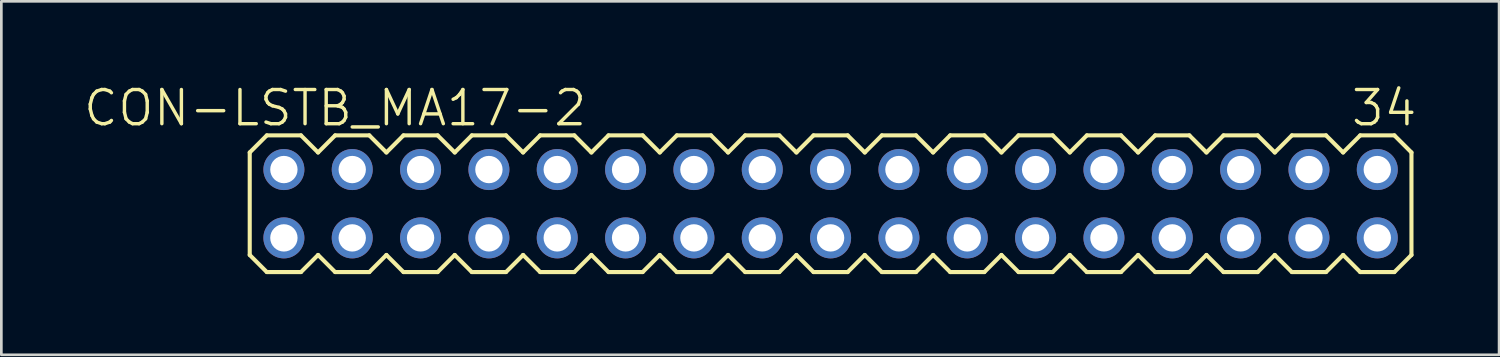
<source format=kicad_pcb>
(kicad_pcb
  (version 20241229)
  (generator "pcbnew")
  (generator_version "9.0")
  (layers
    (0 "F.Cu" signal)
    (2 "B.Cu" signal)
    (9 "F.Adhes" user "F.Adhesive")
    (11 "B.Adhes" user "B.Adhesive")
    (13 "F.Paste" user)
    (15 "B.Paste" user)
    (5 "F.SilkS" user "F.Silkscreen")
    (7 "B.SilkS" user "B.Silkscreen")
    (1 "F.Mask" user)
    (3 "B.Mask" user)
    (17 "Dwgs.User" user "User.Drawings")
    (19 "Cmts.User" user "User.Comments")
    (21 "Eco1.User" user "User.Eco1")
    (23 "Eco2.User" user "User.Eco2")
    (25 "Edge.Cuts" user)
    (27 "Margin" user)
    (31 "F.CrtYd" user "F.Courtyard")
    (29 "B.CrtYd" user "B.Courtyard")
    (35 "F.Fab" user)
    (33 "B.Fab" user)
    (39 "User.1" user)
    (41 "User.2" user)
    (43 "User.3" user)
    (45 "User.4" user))
  (footprint "CON-LSTB_MA17-2"
    (layer "F.Cu")
    (at 27.822 4.522)
    (property "Reference" "CON-LSTB_MA17-2" (at -18.415 -3.556 0) (layer "F.SilkS") (effects (font (size 1.27 1.27) (thickness 0.127))))
    (attr exclude_from_pos_files exclude_from_bom)
    (fp_line (start -21.59 -1.905) (end -21.59 1.905) (stroke (width 0.152) (type solid)) (layer "F.SilkS"))
    (fp_line (start -21.59 1.905) (end -20.955 2.54) (stroke (width 0.152) (type solid)) (layer "F.SilkS"))
    (fp_line (start -20.955 -2.54) (end -21.59 -1.905) (stroke (width 0.152) (type solid)) (layer "F.SilkS"))
    (fp_line (start -20.955 -2.54) (end -19.685 -2.54) (stroke (width 0.152) (type solid)) (layer "F.SilkS"))
    (fp_line (start -19.685 -2.54) (end -19.05 -1.905) (stroke (width 0.152) (type solid)) (layer "F.SilkS"))
    (fp_line (start -19.685 2.54) (end -20.955 2.54) (stroke (width 0.152) (type solid)) (layer "F.SilkS"))
    (fp_line (start -19.05 -1.905) (end -18.415 -2.54) (stroke (width 0.152) (type solid)) (layer "F.SilkS"))
    (fp_line (start -19.05 1.905) (end -19.685 2.54) (stroke (width 0.152) (type solid)) (layer "F.SilkS"))
    (fp_line (start -18.415 -2.54) (end -17.145 -2.54) (stroke (width 0.152) (type solid)) (layer "F.SilkS"))
    (fp_line (start -18.415 2.54) (end -19.05 1.905) (stroke (width 0.152) (type solid)) (layer "F.SilkS"))
    (fp_line (start -17.145 -2.54) (end -16.51 -1.905) (stroke (width 0.152) (type solid)) (layer "F.SilkS"))
    (fp_line (start -17.145 2.54) (end -18.415 2.54) (stroke (width 0.152) (type solid)) (layer "F.SilkS"))
    (fp_line (start -16.51 -1.905) (end -15.875 -2.54) (stroke (width 0.152) (type solid)) (layer "F.SilkS"))
    (fp_line (start -16.51 1.905) (end -17.145 2.54) (stroke (width 0.152) (type solid)) (layer "F.SilkS"))
    (fp_line (start -15.875 -2.54) (end -14.605 -2.54) (stroke (width 0.152) (type solid)) (layer "F.SilkS"))
    (fp_line (start -15.875 2.54) (end -16.51 1.905) (stroke (width 0.152) (type solid)) (layer "F.SilkS"))
    (fp_line (start -14.605 -2.54) (end -13.97 -1.905) (stroke (width 0.152) (type solid)) (layer "F.SilkS"))
    (fp_line (start -14.605 2.54) (end -15.875 2.54) (stroke (width 0.152) (type solid)) (layer "F.SilkS"))
    (fp_line (start -13.97 1.905) (end -14.605 2.54) (stroke (width 0.152) (type solid)) (layer "F.SilkS"))
    (fp_line (start -13.97 1.905) (end -13.335 2.54) (stroke (width 0.152) (type solid)) (layer "F.SilkS"))
    (fp_line (start -13.335 -2.54) (end -13.97 -1.905) (stroke (width 0.152) (type solid)) (layer "F.SilkS"))
    (fp_line (start -13.335 -2.54) (end -12.065 -2.54) (stroke (width 0.152) (type solid)) (layer "F.SilkS"))
    (fp_line (start -12.065 -2.54) (end -11.43 -1.905) (stroke (width 0.152) (type solid)) (layer "F.SilkS"))
    (fp_line (start -12.065 2.54) (end -13.335 2.54) (stroke (width 0.152) (type solid)) (layer "F.SilkS"))
    (fp_line (start -11.43 -1.905) (end -10.795 -2.54) (stroke (width 0.152) (type solid)) (layer "F.SilkS"))
    (fp_line (start -11.43 1.905) (end -12.065 2.54) (stroke (width 0.152) (type solid)) (layer "F.SilkS"))
    (fp_line (start -10.795 -2.54) (end -9.525 -2.54) (stroke (width 0.152) (type solid)) (layer "F.SilkS"))
    (fp_line (start -10.795 2.54) (end -11.43 1.905) (stroke (width 0.152) (type solid)) (layer "F.SilkS"))
    (fp_line (start -9.525 -2.54) (end -8.89 -1.905) (stroke (width 0.152) (type solid)) (layer "F.SilkS"))
    (fp_line (start -9.525 2.54) (end -10.795 2.54) (stroke (width 0.152) (type solid)) (layer "F.SilkS"))
    (fp_line (start -8.89 -1.905) (end -8.255 -2.54) (stroke (width 0.152) (type solid)) (layer "F.SilkS"))
    (fp_line (start -8.89 1.905) (end -9.525 2.54) (stroke (width 0.152) (type solid)) (layer "F.SilkS"))
    (fp_line (start -8.255 -2.54) (end -6.985 -2.54) (stroke (width 0.152) (type solid)) (layer "F.SilkS"))
    (fp_line (start -8.255 2.54) (end -8.89 1.905) (stroke (width 0.152) (type solid)) (layer "F.SilkS"))
    (fp_line (start -6.985 -2.54) (end -6.35 -1.905) (stroke (width 0.152) (type solid)) (layer "F.SilkS"))
    (fp_line (start -6.985 2.54) (end -8.255 2.54) (stroke (width 0.152) (type solid)) (layer "F.SilkS"))
    (fp_line (start -6.35 -1.905) (end -5.715 -2.54) (stroke (width 0.152) (type solid)) (layer "F.SilkS"))
    (fp_line (start -6.35 1.905) (end -6.985 2.54) (stroke (width 0.152) (type solid)) (layer "F.SilkS"))
    (fp_line (start -5.715 -2.54) (end -4.445 -2.54) (stroke (width 0.152) (type solid)) (layer "F.SilkS"))
    (fp_line (start -5.715 2.54) (end -6.35 1.905) (stroke (width 0.152) (type solid)) (layer "F.SilkS"))
    (fp_line (start -4.445 -2.54) (end -3.81 -1.905) (stroke (width 0.152) (type solid)) (layer "F.SilkS"))
    (fp_line (start -4.445 2.54) (end -5.715 2.54) (stroke (width 0.152) (type solid)) (layer "F.SilkS"))
    (fp_line (start -3.81 1.905) (end -4.445 2.54) (stroke (width 0.152) (type solid)) (layer "F.SilkS"))
    (fp_line (start -3.81 1.905) (end -3.175 2.54) (stroke (width 0.152) (type solid)) (layer "F.SilkS"))
    (fp_line (start -3.175 -2.54) (end -3.81 -1.905) (stroke (width 0.152) (type solid)) (layer "F.SilkS"))
    (fp_line (start -3.175 -2.54) (end -1.905 -2.54) (stroke (width 0.152) (type solid)) (layer "F.SilkS"))
    (fp_line (start -1.905 -2.54) (end -1.27 -1.905) (stroke (width 0.152) (type solid)) (layer "F.SilkS"))
    (fp_line (start -1.905 2.54) (end -3.175 2.54) (stroke (width 0.152) (type solid)) (layer "F.SilkS"))
    (fp_line (start -1.27 -1.905) (end -0.635 -2.54) (stroke (width 0.152) (type solid)) (layer "F.SilkS"))
    (fp_line (start -1.27 1.905) (end -1.905 2.54) (stroke (width 0.152) (type solid)) (layer "F.SilkS"))
    (fp_line (start -0.635 -2.54) (end 0.635 -2.54) (stroke (width 0.152) (type solid)) (layer "F.SilkS"))
    (fp_line (start -0.635 2.54) (end -1.27 1.905) (stroke (width 0.152) (type solid)) (layer "F.SilkS"))
    (fp_line (start 0.635 -2.54) (end 1.27 -1.905) (stroke (width 0.152) (type solid)) (layer "F.SilkS"))
    (fp_line (start 0.635 2.54) (end -0.635 2.54) (stroke (width 0.152) (type solid)) (layer "F.SilkS"))
    (fp_line (start 1.27 -1.905) (end 1.905 -2.54) (stroke (width 0.152) (type solid)) (layer "F.SilkS"))
    (fp_line (start 1.27 1.905) (end 0.635 2.54) (stroke (width 0.152) (type solid)) (layer "F.SilkS"))
    (fp_line (start 1.905 -2.54) (end 3.175 -2.54) (stroke (width 0.152) (type solid)) (layer "F.SilkS"))
    (fp_line (start 1.905 2.54) (end 1.27 1.905) (stroke (width 0.152) (type solid)) (layer "F.SilkS"))
    (fp_line (start 3.175 -2.54) (end 3.81 -1.905) (stroke (width 0.152) (type solid)) (layer "F.SilkS"))
    (fp_line (start 3.175 2.54) (end 1.905 2.54) (stroke (width 0.152) (type solid)) (layer "F.SilkS"))
    (fp_line (start 3.81 1.905) (end 3.175 2.54) (stroke (width 0.152) (type solid)) (layer "F.SilkS"))
    (fp_line (start 3.81 1.905) (end 4.445 2.54) (stroke (width 0.152) (type solid)) (layer "F.SilkS"))
    (fp_line (start 4.445 -2.54) (end 3.81 -1.905) (stroke (width 0.152) (type solid)) (layer "F.SilkS"))
    (fp_line (start 4.445 -2.54) (end 5.715 -2.54) (stroke (width 0.152) (type solid)) (layer "F.SilkS"))
    (fp_line (start 5.715 -2.54) (end 6.35 -1.905) (stroke (width 0.152) (type solid)) (layer "F.SilkS"))
    (fp_line (start 5.715 2.54) (end 4.445 2.54) (stroke (width 0.152) (type solid)) (layer "F.SilkS"))
    (fp_line (start 6.35 -1.905) (end 6.985 -2.54) (stroke (width 0.152) (type solid)) (layer "F.SilkS"))
    (fp_line (start 6.35 1.905) (end 5.715 2.54) (stroke (width 0.152) (type solid)) (layer "F.SilkS"))
    (fp_line (start 6.985 -2.54) (end 8.255 -2.54) (stroke (width 0.152) (type solid)) (layer "F.SilkS"))
    (fp_line (start 6.985 2.54) (end 6.35 1.905) (stroke (width 0.152) (type solid)) (layer "F.SilkS"))
    (fp_line (start 8.255 -2.54) (end 8.89 -1.905) (stroke (width 0.152) (type solid)) (layer "F.SilkS"))
    (fp_line (start 8.255 2.54) (end 6.985 2.54) (stroke (width 0.152) (type solid)) (layer "F.SilkS"))
    (fp_line (start 8.89 -1.905) (end 9.525 -2.54) (stroke (width 0.152) (type solid)) (layer "F.SilkS"))
    (fp_line (start 8.89 1.905) (end 8.255 2.54) (stroke (width 0.152) (type solid)) (layer "F.SilkS"))
    (fp_line (start 9.525 -2.54) (end 10.795 -2.54) (stroke (width 0.152) (type solid)) (layer "F.SilkS"))
    (fp_line (start 9.525 2.54) (end 8.89 1.905) (stroke (width 0.152) (type solid)) (layer "F.SilkS"))
    (fp_line (start 10.795 -2.54) (end 11.43 -1.905) (stroke (width 0.152) (type solid)) (layer "F.SilkS"))
    (fp_line (start 10.795 2.54) (end 9.525 2.54) (stroke (width 0.152) (type solid)) (layer "F.SilkS"))
    (fp_line (start 11.43 -1.905) (end 12.065 -2.54) (stroke (width 0.152) (type solid)) (layer "F.SilkS"))
    (fp_line (start 11.43 1.905) (end 10.795 2.54) (stroke (width 0.152) (type solid)) (layer "F.SilkS"))
    (fp_line (start 12.065 -2.54) (end 13.335 -2.54) (stroke (width 0.152) (type solid)) (layer "F.SilkS"))
    (fp_line (start 12.065 2.54) (end 11.43 1.905) (stroke (width 0.152) (type solid)) (layer "F.SilkS"))
    (fp_line (start 13.335 -2.54) (end 13.97 -1.905) (stroke (width 0.152) (type solid)) (layer "F.SilkS"))
    (fp_line (start 13.335 2.54) (end 12.065 2.54) (stroke (width 0.152) (type solid)) (layer "F.SilkS"))
    (fp_line (start 13.97 1.905) (end 13.335 2.54) (stroke (width 0.152) (type solid)) (layer "F.SilkS"))
    (fp_line (start 13.97 1.905) (end 14.605 2.54) (stroke (width 0.152) (type solid)) (layer "F.SilkS"))
    (fp_line (start 14.605 -2.54) (end 13.97 -1.905) (stroke (width 0.152) (type solid)) (layer "F.SilkS"))
    (fp_line (start 14.605 -2.54) (end 15.875 -2.54) (stroke (width 0.152) (type solid)) (layer "F.SilkS"))
    (fp_line (start 15.875 -2.54) (end 16.51 -1.905) (stroke (width 0.152) (type solid)) (layer "F.SilkS"))
    (fp_line (start 15.875 2.54) (end 14.605 2.54) (stroke (width 0.152) (type solid)) (layer "F.SilkS"))
    (fp_line (start 16.51 -1.905) (end 17.145 -2.54) (stroke (width 0.152) (type solid)) (layer "F.SilkS"))
    (fp_line (start 16.51 1.905) (end 15.875 2.54) (stroke (width 0.152) (type solid)) (layer "F.SilkS"))
    (fp_line (start 17.145 -2.54) (end 18.415 -2.54) (stroke (width 0.152) (type solid)) (layer "F.SilkS"))
    (fp_line (start 17.145 2.54) (end 16.51 1.905) (stroke (width 0.152) (type solid)) (layer "F.SilkS"))
    (fp_line (start 18.415 -2.54) (end 19.05 -1.905) (stroke (width 0.152) (type solid)) (layer "F.SilkS"))
    (fp_line (start 18.415 2.54) (end 17.145 2.54) (stroke (width 0.152) (type solid)) (layer "F.SilkS"))
    (fp_line (start 19.05 -1.905) (end 19.685 -2.54) (stroke (width 0.152) (type solid)) (layer "F.SilkS"))
    (fp_line (start 19.05 1.905) (end 18.415 2.54) (stroke (width 0.152) (type solid)) (layer "F.SilkS"))
    (fp_line (start 19.685 -2.54) (end 20.955 -2.54) (stroke (width 0.152) (type solid)) (layer "F.SilkS"))
    (fp_line (start 19.685 2.54) (end 19.05 1.905) (stroke (width 0.152) (type solid)) (layer "F.SilkS"))
    (fp_line (start 20.955 -2.54) (end 21.59 -1.905) (stroke (width 0.152) (type solid)) (layer "F.SilkS"))
    (fp_line (start 20.955 2.54) (end 19.685 2.54) (stroke (width 0.152) (type solid)) (layer "F.SilkS"))
    (fp_line (start 21.59 -1.905) (end 21.59 1.905) (stroke (width 0.152) (type solid)) (layer "F.SilkS"))
    (fp_line (start 21.59 1.905) (end 20.955 2.54) (stroke (width 0.152) (type solid)) (layer "F.SilkS"))
    (fp_line (start -20.574 -1.524) (end -20.066 -1.524) (stroke (width 0.066) (type solid)) (layer "Dwgs.User"))
    (fp_line (start -20.574 -1.016) (end -20.574 -1.524) (stroke (width 0.066) (type solid)) (layer "Dwgs.User"))
    (fp_line (start -20.574 -1.016) (end -20.066 -1.016) (stroke (width 0.066) (type solid)) (layer "Dwgs.User"))
    (fp_line (start -20.574 1.016) (end -20.066 1.016) (stroke (width 0.066) (type solid)) (layer "Dwgs.User"))
    (fp_line (start -20.574 1.524) (end -20.574 1.016) (stroke (width 0.066) (type solid)) (layer "Dwgs.User"))
    (fp_line (start -20.574 1.524) (end -20.066 1.524) (stroke (width 0.066) (type solid)) (layer "Dwgs.User"))
    (fp_line (start -20.066 -1.016) (end -20.066 -1.524) (stroke (width 0.066) (type solid)) (layer "Dwgs.User"))
    (fp_line (start -20.066 1.524) (end -20.066 1.016) (stroke (width 0.066) (type solid)) (layer "Dwgs.User"))
    (fp_line (start -18.034 -1.524) (end -17.523 -1.524) (stroke (width 0.066) (type solid)) (layer "Dwgs.User"))
    (fp_line (start -18.034 -1.016) (end -18.034 -1.524) (stroke (width 0.066) (type solid)) (layer "Dwgs.User"))
    (fp_line (start -18.034 -1.016) (end -17.523 -1.016) (stroke (width 0.066) (type solid)) (layer "Dwgs.User"))
    (fp_line (start -18.034 1.016) (end -17.523 1.016) (stroke (width 0.066) (type solid)) (layer "Dwgs.User"))
    (fp_line (start -18.034 1.524) (end -18.034 1.016) (stroke (width 0.066) (type solid)) (layer "Dwgs.User"))
    (fp_line (start -18.034 1.524) (end -17.523 1.524) (stroke (width 0.066) (type solid)) (layer "Dwgs.User"))
    (fp_line (start -17.523 -1.016) (end -17.523 -1.524) (stroke (width 0.066) (type solid)) (layer "Dwgs.User"))
    (fp_line (start -17.523 1.524) (end -17.523 1.016) (stroke (width 0.066) (type solid)) (layer "Dwgs.User"))
    (fp_line (start -15.494 -1.524) (end -14.986 -1.524) (stroke (width 0.066) (type solid)) (layer "Dwgs.User"))
    (fp_line (start -15.494 -1.016) (end -15.494 -1.524) (stroke (width 0.066) (type solid)) (layer "Dwgs.User"))
    (fp_line (start -15.494 -1.016) (end -14.986 -1.016) (stroke (width 0.066) (type solid)) (layer "Dwgs.User"))
    (fp_line (start -15.494 1.016) (end -14.986 1.016) (stroke (width 0.066) (type solid)) (layer "Dwgs.User"))
    (fp_line (start -15.494 1.524) (end -15.494 1.016) (stroke (width 0.066) (type solid)) (layer "Dwgs.User"))
    (fp_line (start -15.494 1.524) (end -14.986 1.524) (stroke (width 0.066) (type solid)) (layer "Dwgs.User"))
    (fp_line (start -14.986 -1.016) (end -14.986 -1.524) (stroke (width 0.066) (type solid)) (layer "Dwgs.User"))
    (fp_line (start -14.986 1.524) (end -14.986 1.016) (stroke (width 0.066) (type solid)) (layer "Dwgs.User"))
    (fp_line (start -12.954 -1.524) (end -12.446 -1.524) (stroke (width 0.066) (type solid)) (layer "Dwgs.User"))
    (fp_line (start -12.954 -1.016) (end -12.954 -1.524) (stroke (width 0.066) (type solid)) (layer "Dwgs.User"))
    (fp_line (start -12.954 -1.016) (end -12.446 -1.016) (stroke (width 0.066) (type solid)) (layer "Dwgs.User"))
    (fp_line (start -12.954 1.016) (end -12.446 1.016) (stroke (width 0.066) (type solid)) (layer "Dwgs.User"))
    (fp_line (start -12.954 1.524) (end -12.954 1.016) (stroke (width 0.066) (type solid)) (layer "Dwgs.User"))
    (fp_line (start -12.954 1.524) (end -12.446 1.524) (stroke (width 0.066) (type solid)) (layer "Dwgs.User"))
    (fp_line (start -12.446 -1.016) (end -12.446 -1.524) (stroke (width 0.066) (type solid)) (layer "Dwgs.User"))
    (fp_line (start -12.446 1.524) (end -12.446 1.016) (stroke (width 0.066) (type solid)) (layer "Dwgs.User"))
    (fp_line (start -10.414 -1.524) (end -9.906 -1.524) (stroke (width 0.066) (type solid)) (layer "Dwgs.User"))
    (fp_line (start -10.414 -1.016) (end -10.414 -1.524) (stroke (width 0.066) (type solid)) (layer "Dwgs.User"))
    (fp_line (start -10.414 -1.016) (end -9.906 -1.016) (stroke (width 0.066) (type solid)) (layer "Dwgs.User"))
    (fp_line (start -10.414 1.016) (end -9.906 1.016) (stroke (width 0.066) (type solid)) (layer "Dwgs.User"))
    (fp_line (start -10.414 1.524) (end -10.414 1.016) (stroke (width 0.066) (type solid)) (layer "Dwgs.User"))
    (fp_line (start -10.414 1.524) (end -9.906 1.524) (stroke (width 0.066) (type solid)) (layer "Dwgs.User"))
    (fp_line (start -9.906 -1.016) (end -9.906 -1.524) (stroke (width 0.066) (type solid)) (layer "Dwgs.User"))
    (fp_line (start -9.906 1.524) (end -9.906 1.016) (stroke (width 0.066) (type solid)) (layer "Dwgs.User"))
    (fp_line (start -7.874 -1.524) (end -7.366 -1.524) (stroke (width 0.066) (type solid)) (layer "Dwgs.User"))
    (fp_line (start -7.874 -1.016) (end -7.874 -1.524) (stroke (width 0.066) (type solid)) (layer "Dwgs.User"))
    (fp_line (start -7.874 -1.016) (end -7.366 -1.016) (stroke (width 0.066) (type solid)) (layer "Dwgs.User"))
    (fp_line (start -7.874 1.016) (end -7.366 1.016) (stroke (width 0.066) (type solid)) (layer "Dwgs.User"))
    (fp_line (start -7.874 1.524) (end -7.874 1.016) (stroke (width 0.066) (type solid)) (layer "Dwgs.User"))
    (fp_line (start -7.874 1.524) (end -7.366 1.524) (stroke (width 0.066) (type solid)) (layer "Dwgs.User"))
    (fp_line (start -7.366 -1.016) (end -7.366 -1.524) (stroke (width 0.066) (type solid)) (layer "Dwgs.User"))
    (fp_line (start -7.366 1.524) (end -7.366 1.016) (stroke (width 0.066) (type solid)) (layer "Dwgs.User"))
    (fp_line (start -5.334 -1.524) (end -4.826 -1.524) (stroke (width 0.066) (type solid)) (layer "Dwgs.User"))
    (fp_line (start -5.334 -1.016) (end -5.334 -1.524) (stroke (width 0.066) (type solid)) (layer "Dwgs.User"))
    (fp_line (start -5.334 -1.016) (end -4.826 -1.016) (stroke (width 0.066) (type solid)) (layer "Dwgs.User"))
    (fp_line (start -5.334 1.016) (end -4.826 1.016) (stroke (width 0.066) (type solid)) (layer "Dwgs.User"))
    (fp_line (start -5.334 1.524) (end -5.334 1.016) (stroke (width 0.066) (type solid)) (layer "Dwgs.User"))
    (fp_line (start -5.334 1.524) (end -4.826 1.524) (stroke (width 0.066) (type solid)) (layer "Dwgs.User"))
    (fp_line (start -4.826 -1.016) (end -4.826 -1.524) (stroke (width 0.066) (type solid)) (layer "Dwgs.User"))
    (fp_line (start -4.826 1.524) (end -4.826 1.016) (stroke (width 0.066) (type solid)) (layer "Dwgs.User"))
    (fp_line (start -2.794 -1.524) (end -2.286 -1.524) (stroke (width 0.066) (type solid)) (layer "Dwgs.User"))
    (fp_line (start -2.794 -1.016) (end -2.794 -1.524) (stroke (width 0.066) (type solid)) (layer "Dwgs.User"))
    (fp_line (start -2.794 -1.016) (end -2.286 -1.016) (stroke (width 0.066) (type solid)) (layer "Dwgs.User"))
    (fp_line (start -2.794 1.016) (end -2.286 1.016) (stroke (width 0.066) (type solid)) (layer "Dwgs.User"))
    (fp_line (start -2.794 1.524) (end -2.794 1.016) (stroke (width 0.066) (type solid)) (layer "Dwgs.User"))
    (fp_line (start -2.794 1.524) (end -2.286 1.524) (stroke (width 0.066) (type solid)) (layer "Dwgs.User"))
    (fp_line (start -2.286 -1.016) (end -2.286 -1.524) (stroke (width 0.066) (type solid)) (layer "Dwgs.User"))
    (fp_line (start -2.286 1.524) (end -2.286 1.016) (stroke (width 0.066) (type solid)) (layer "Dwgs.User"))
    (fp_line (start -0.254 -1.524) (end 0.254 -1.524) (stroke (width 0.066) (type solid)) (layer "Dwgs.User"))
    (fp_line (start -0.254 -1.016) (end -0.254 -1.524) (stroke (width 0.066) (type solid)) (layer "Dwgs.User"))
    (fp_line (start -0.254 -1.016) (end 0.254 -1.016) (stroke (width 0.066) (type solid)) (layer "Dwgs.User"))
    (fp_line (start -0.254 1.016) (end 0.254 1.016) (stroke (width 0.066) (type solid)) (layer "Dwgs.User"))
    (fp_line (start -0.254 1.524) (end -0.254 1.016) (stroke (width 0.066) (type solid)) (layer "Dwgs.User"))
    (fp_line (start -0.254 1.524) (end 0.254 1.524) (stroke (width 0.066) (type solid)) (layer "Dwgs.User"))
    (fp_line (start 0.254 -1.016) (end 0.254 -1.524) (stroke (width 0.066) (type solid)) (layer "Dwgs.User"))
    (fp_line (start 0.254 1.524) (end 0.254 1.016) (stroke (width 0.066) (type solid)) (layer "Dwgs.User"))
    (fp_line (start 2.286 -1.524) (end 2.794 -1.524) (stroke (width 0.066) (type solid)) (layer "Dwgs.User"))
    (fp_line (start 2.286 -1.016) (end 2.286 -1.524) (stroke (width 0.066) (type solid)) (layer "Dwgs.User"))
    (fp_line (start 2.286 -1.016) (end 2.794 -1.016) (stroke (width 0.066) (type solid)) (layer "Dwgs.User"))
    (fp_line (start 2.286 1.016) (end 2.794 1.016) (stroke (width 0.066) (type solid)) (layer "Dwgs.User"))
    (fp_line (start 2.286 1.524) (end 2.286 1.016) (stroke (width 0.066) (type solid)) (layer "Dwgs.User"))
    (fp_line (start 2.286 1.524) (end 2.794 1.524) (stroke (width 0.066) (type solid)) (layer "Dwgs.User"))
    (fp_line (start 2.794 -1.016) (end 2.794 -1.524) (stroke (width 0.066) (type solid)) (layer "Dwgs.User"))
    (fp_line (start 2.794 1.524) (end 2.794 1.016) (stroke (width 0.066) (type solid)) (layer "Dwgs.User"))
    (fp_line (start 4.826 -1.524) (end 5.334 -1.524) (stroke (width 0.066) (type solid)) (layer "Dwgs.User"))
    (fp_line (start 4.826 -1.016) (end 4.826 -1.524) (stroke (width 0.066) (type solid)) (layer "Dwgs.User"))
    (fp_line (start 4.826 -1.016) (end 5.334 -1.016) (stroke (width 0.066) (type solid)) (layer "Dwgs.User"))
    (fp_line (start 4.826 1.016) (end 5.334 1.016) (stroke (width 0.066) (type solid)) (layer "Dwgs.User"))
    (fp_line (start 4.826 1.524) (end 4.826 1.016) (stroke (width 0.066) (type solid)) (layer "Dwgs.User"))
    (fp_line (start 4.826 1.524) (end 5.334 1.524) (stroke (width 0.066) (type solid)) (layer "Dwgs.User"))
    (fp_line (start 5.334 -1.016) (end 5.334 -1.524) (stroke (width 0.066) (type solid)) (layer "Dwgs.User"))
    (fp_line (start 5.334 1.524) (end 5.334 1.016) (stroke (width 0.066) (type solid)) (layer "Dwgs.User"))
    (fp_line (start 7.366 -1.524) (end 7.874 -1.524) (stroke (width 0.066) (type solid)) (layer "Dwgs.User"))
    (fp_line (start 7.366 -1.016) (end 7.366 -1.524) (stroke (width 0.066) (type solid)) (layer "Dwgs.User"))
    (fp_line (start 7.366 -1.016) (end 7.874 -1.016) (stroke (width 0.066) (type solid)) (layer "Dwgs.User"))
    (fp_line (start 7.366 1.016) (end 7.874 1.016) (stroke (width 0.066) (type solid)) (layer "Dwgs.User"))
    (fp_line (start 7.366 1.524) (end 7.366 1.016) (stroke (width 0.066) (type solid)) (layer "Dwgs.User"))
    (fp_line (start 7.366 1.524) (end 7.874 1.524) (stroke (width 0.066) (type solid)) (layer "Dwgs.User"))
    (fp_line (start 7.874 -1.016) (end 7.874 -1.524) (stroke (width 0.066) (type solid)) (layer "Dwgs.User"))
    (fp_line (start 7.874 1.524) (end 7.874 1.016) (stroke (width 0.066) (type solid)) (layer "Dwgs.User"))
    (fp_line (start 9.906 -1.524) (end 10.414 -1.524) (stroke (width 0.066) (type solid)) (layer "Dwgs.User"))
    (fp_line (start 9.906 -1.016) (end 9.906 -1.524) (stroke (width 0.066) (type solid)) (layer "Dwgs.User"))
    (fp_line (start 9.906 -1.016) (end 10.414 -1.016) (stroke (width 0.066) (type solid)) (layer "Dwgs.User"))
    (fp_line (start 9.906 1.016) (end 10.414 1.016) (stroke (width 0.066) (type solid)) (layer "Dwgs.User"))
    (fp_line (start 9.906 1.524) (end 9.906 1.016) (stroke (width 0.066) (type solid)) (layer "Dwgs.User"))
    (fp_line (start 9.906 1.524) (end 10.414 1.524) (stroke (width 0.066) (type solid)) (layer "Dwgs.User"))
    (fp_line (start 10.414 -1.016) (end 10.414 -1.524) (stroke (width 0.066) (type solid)) (layer "Dwgs.User"))
    (fp_line (start 10.414 1.524) (end 10.414 1.016) (stroke (width 0.066) (type solid)) (layer "Dwgs.User"))
    (fp_line (start 12.446 -1.524) (end 12.954 -1.524) (stroke (width 0.066) (type solid)) (layer "Dwgs.User"))
    (fp_line (start 12.446 -1.016) (end 12.446 -1.524) (stroke (width 0.066) (type solid)) (layer "Dwgs.User"))
    (fp_line (start 12.446 -1.016) (end 12.954 -1.016) (stroke (width 0.066) (type solid)) (layer "Dwgs.User"))
    (fp_line (start 12.446 1.016) (end 12.954 1.016) (stroke (width 0.066) (type solid)) (layer "Dwgs.User"))
    (fp_line (start 12.446 1.524) (end 12.446 1.016) (stroke (width 0.066) (type solid)) (layer "Dwgs.User"))
    (fp_line (start 12.446 1.524) (end 12.954 1.524) (stroke (width 0.066) (type solid)) (layer "Dwgs.User"))
    (fp_line (start 12.954 -1.016) (end 12.954 -1.524) (stroke (width 0.066) (type solid)) (layer "Dwgs.User"))
    (fp_line (start 12.954 1.524) (end 12.954 1.016) (stroke (width 0.066) (type solid)) (layer "Dwgs.User"))
    (fp_line (start 14.986 -1.524) (end 15.494 -1.524) (stroke (width 0.066) (type solid)) (layer "Dwgs.User"))
    (fp_line (start 14.986 -1.016) (end 14.986 -1.524) (stroke (width 0.066) (type solid)) (layer "Dwgs.User"))
    (fp_line (start 14.986 -1.016) (end 15.494 -1.016) (stroke (width 0.066) (type solid)) (layer "Dwgs.User"))
    (fp_line (start 14.986 1.016) (end 15.494 1.016) (stroke (width 0.066) (type solid)) (layer "Dwgs.User"))
    (fp_line (start 14.986 1.524) (end 14.986 1.016) (stroke (width 0.066) (type solid)) (layer "Dwgs.User"))
    (fp_line (start 14.986 1.524) (end 15.494 1.524) (stroke (width 0.066) (type solid)) (layer "Dwgs.User"))
    (fp_line (start 15.494 -1.016) (end 15.494 -1.524) (stroke (width 0.066) (type solid)) (layer "Dwgs.User"))
    (fp_line (start 15.494 1.524) (end 15.494 1.016) (stroke (width 0.066) (type solid)) (layer "Dwgs.User"))
    (fp_line (start 17.523 -1.524) (end 18.034 -1.524) (stroke (width 0.066) (type solid)) (layer "Dwgs.User"))
    (fp_line (start 17.523 -1.016) (end 17.523 -1.524) (stroke (width 0.066) (type solid)) (layer "Dwgs.User"))
    (fp_line (start 17.523 -1.016) (end 18.034 -1.016) (stroke (width 0.066) (type solid)) (layer "Dwgs.User"))
    (fp_line (start 17.523 1.016) (end 18.034 1.016) (stroke (width 0.066) (type solid)) (layer "Dwgs.User"))
    (fp_line (start 17.523 1.524) (end 17.523 1.016) (stroke (width 0.066) (type solid)) (layer "Dwgs.User"))
    (fp_line (start 17.523 1.524) (end 18.034 1.524) (stroke (width 0.066) (type solid)) (layer "Dwgs.User"))
    (fp_line (start 18.034 -1.016) (end 18.034 -1.524) (stroke (width 0.066) (type solid)) (layer "Dwgs.User"))
    (fp_line (start 18.034 1.524) (end 18.034 1.016) (stroke (width 0.066) (type solid)) (layer "Dwgs.User"))
    (fp_line (start 20.066 -1.524) (end 20.574 -1.524) (stroke (width 0.066) (type solid)) (layer "Dwgs.User"))
    (fp_line (start 20.066 -1.016) (end 20.066 -1.524) (stroke (width 0.066) (type solid)) (layer "Dwgs.User"))
    (fp_line (start 20.066 -1.016) (end 20.574 -1.016) (stroke (width 0.066) (type solid)) (layer "Dwgs.User"))
    (fp_line (start 20.066 1.016) (end 20.574 1.016) (stroke (width 0.066) (type solid)) (layer "Dwgs.User"))
    (fp_line (start 20.066 1.524) (end 20.066 1.016) (stroke (width 0.066) (type solid)) (layer "Dwgs.User"))
    (fp_line (start 20.066 1.524) (end 20.574 1.524) (stroke (width 0.066) (type solid)) (layer "Dwgs.User"))
    (fp_line (start 20.574 -1.016) (end 20.574 -1.524) (stroke (width 0.066) (type solid)) (layer "Dwgs.User"))
    (fp_line (start 20.574 1.524) (end 20.574 1.016) (stroke (width 0.066) (type solid)) (layer "Dwgs.User"))
    (fp_text user "34" (at 20.574 -3.556 0) (layer "F.SilkS") (effects (font (size 1.27 1.27) (thickness 0.127))))
    (pad "1" thru_hole circle (at -20.32 1.27) (size 1.524 1.524) (drill 1.016) (layers "*.Cu" "*.Paste" "*.Mask"))
    (pad "2" thru_hole circle (at -20.32 -1.27) (size 1.524 1.524) (drill 1.016) (layers "*.Cu" "*.Paste" "*.Mask"))
    (pad "3" thru_hole circle (at -17.78 1.27) (size 1.524 1.524) (drill 1.016) (layers "*.Cu" "*.Paste" "*.Mask"))
    (pad "4" thru_hole circle (at -17.78 -1.27) (size 1.524 1.524) (drill 1.016) (layers "*.Cu" "*.Paste" "*.Mask"))
    (pad "5" thru_hole circle (at -15.24 1.27) (size 1.524 1.524) (drill 1.016) (layers "*.Cu" "*.Paste" "*.Mask"))
    (pad "6" thru_hole circle (at -15.24 -1.27) (size 1.524 1.524) (drill 1.016) (layers "*.Cu" "*.Paste" "*.Mask"))
    (pad "7" thru_hole circle (at -12.7 1.27) (size 1.524 1.524) (drill 1.016) (layers "*.Cu" "*.Paste" "*.Mask"))
    (pad "8" thru_hole circle (at -12.7 -1.27) (size 1.524 1.524) (drill 1.016) (layers "*.Cu" "*.Paste" "*.Mask"))
    (pad "9" thru_hole circle (at -10.16 1.27) (size 1.524 1.524) (drill 1.016) (layers "*.Cu" "*.Paste" "*.Mask"))
    (pad "10" thru_hole circle (at -10.16 -1.27) (size 1.524 1.524) (drill 1.016) (layers "*.Cu" "*.Paste" "*.Mask"))
    (pad "11" thru_hole circle (at -7.62 1.27) (size 1.524 1.524) (drill 1.016) (layers "*.Cu" "*.Paste" "*.Mask"))
    (pad "12" thru_hole circle (at -7.62 -1.27) (size 1.524 1.524) (drill 1.016) (layers "*.Cu" "*.Paste" "*.Mask"))
    (pad "13" thru_hole circle (at -5.08 1.27) (size 1.524 1.524) (drill 1.016) (layers "*.Cu" "*.Paste" "*.Mask"))
    (pad "14" thru_hole circle (at -5.08 -1.27) (size 1.524 1.524) (drill 1.016) (layers "*.Cu" "*.Paste" "*.Mask"))
    (pad "15" thru_hole circle (at -2.54 1.27) (size 1.524 1.524) (drill 1.016) (layers "*.Cu" "*.Paste" "*.Mask"))
    (pad "16" thru_hole circle (at -2.54 -1.27) (size 1.524 1.524) (drill 1.016) (layers "*.Cu" "*.Paste" "*.Mask"))
    (pad "17" thru_hole circle (at 0 1.27) (size 1.524 1.524) (drill 1.016) (layers "*.Cu" "*.Paste" "*.Mask"))
    (pad "18" thru_hole circle (at 0 -1.27) (size 1.524 1.524) (drill 1.016) (layers "*.Cu" "*.Paste" "*.Mask"))
    (pad "19" thru_hole circle (at 2.54 1.27) (size 1.524 1.524) (drill 1.016) (layers "*.Cu" "*.Paste" "*.Mask"))
    (pad "20" thru_hole circle (at 2.54 -1.27) (size 1.524 1.524) (drill 1.016) (layers "*.Cu" "*.Paste" "*.Mask"))
    (pad "21" thru_hole circle (at 5.08 1.27) (size 1.524 1.524) (drill 1.016) (layers "*.Cu" "*.Paste" "*.Mask"))
    (pad "22" thru_hole circle (at 5.08 -1.27) (size 1.524 1.524) (drill 1.016) (layers "*.Cu" "*.Paste" "*.Mask"))
    (pad "23" thru_hole circle (at 7.62 1.27) (size 1.524 1.524) (drill 1.016) (layers "*.Cu" "*.Paste" "*.Mask"))
    (pad "24" thru_hole circle (at 7.62 -1.27) (size 1.524 1.524) (drill 1.016) (layers "*.Cu" "*.Paste" "*.Mask"))
    (pad "25" thru_hole circle (at 10.16 1.27) (size 1.524 1.524) (drill 1.016) (layers "*.Cu" "*.Paste" "*.Mask"))
    (pad "26" thru_hole circle (at 10.16 -1.27) (size 1.524 1.524) (drill 1.016) (layers "*.Cu" "*.Paste" "*.Mask"))
    (pad "27" thru_hole circle (at 12.7 1.27) (size 1.524 1.524) (drill 1.016) (layers "*.Cu" "*.Paste" "*.Mask"))
    (pad "28" thru_hole circle (at 12.7 -1.27) (size 1.524 1.524) (drill 1.016) (layers "*.Cu" "*.Paste" "*.Mask"))
    (pad "29" thru_hole circle (at 15.24 1.27) (size 1.524 1.524) (drill 1.016) (layers "*.Cu" "*.Paste" "*.Mask"))
    (pad "30" thru_hole circle (at 15.24 -1.27) (size 1.524 1.524) (drill 1.016) (layers "*.Cu" "*.Paste" "*.Mask"))
    (pad "31" thru_hole circle (at 17.78 1.27) (size 1.524 1.524) (drill 1.016) (layers "*.Cu" "*.Paste" "*.Mask"))
    (pad "32" thru_hole circle (at 17.78 -1.27) (size 1.524 1.524) (drill 1.016) (layers "*.Cu" "*.Paste" "*.Mask"))
    (pad "33" thru_hole circle (at 20.32 1.27) (size 1.524 1.524) (drill 1.016) (layers "*.Cu" "*.Paste" "*.Mask"))
    (pad "34" thru_hole circle (at 20.32 -1.27) (size 1.524 1.524) (drill 1.016) (layers "*.Cu" "*.Paste" "*.Mask")))
  (gr_rect
    (start -3 -3)
    (end 52.669 10.138)
    (stroke (width 0.1) (type default))
    (fill no)
    (layer "Edge.Cuts")))
</source>
